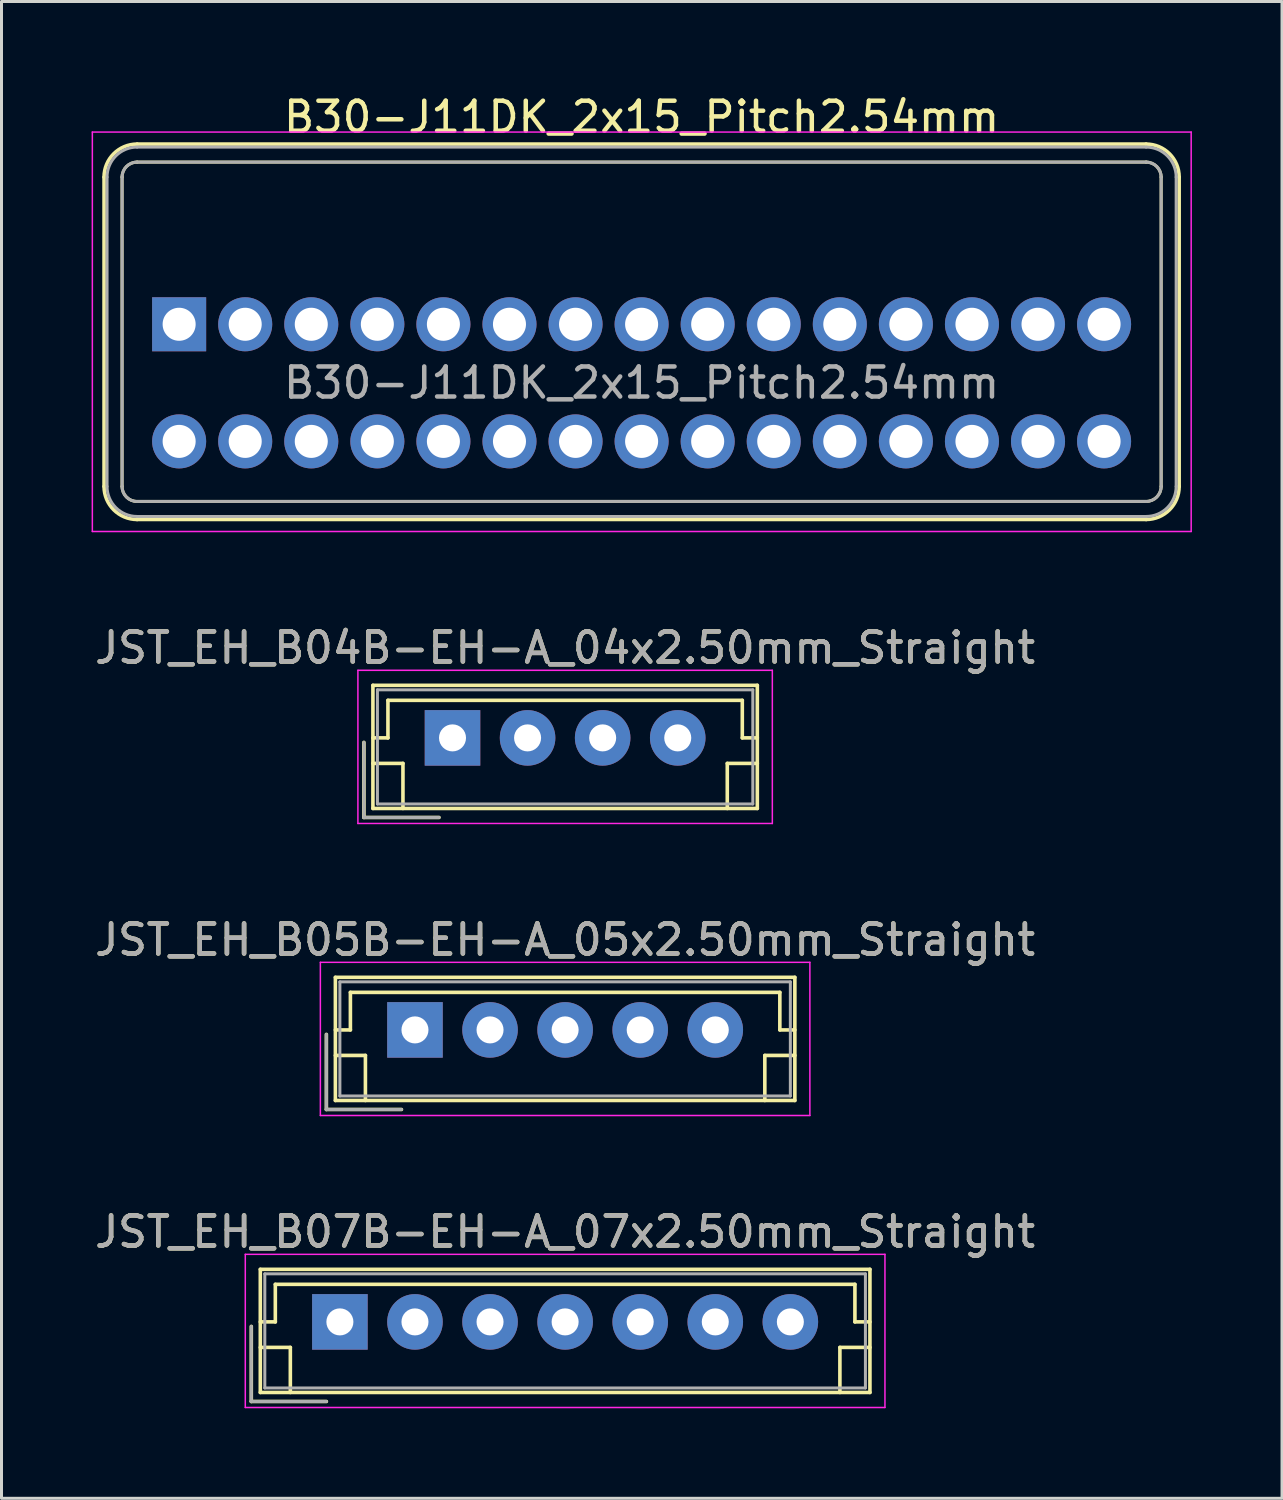
<source format=kicad_pcb>
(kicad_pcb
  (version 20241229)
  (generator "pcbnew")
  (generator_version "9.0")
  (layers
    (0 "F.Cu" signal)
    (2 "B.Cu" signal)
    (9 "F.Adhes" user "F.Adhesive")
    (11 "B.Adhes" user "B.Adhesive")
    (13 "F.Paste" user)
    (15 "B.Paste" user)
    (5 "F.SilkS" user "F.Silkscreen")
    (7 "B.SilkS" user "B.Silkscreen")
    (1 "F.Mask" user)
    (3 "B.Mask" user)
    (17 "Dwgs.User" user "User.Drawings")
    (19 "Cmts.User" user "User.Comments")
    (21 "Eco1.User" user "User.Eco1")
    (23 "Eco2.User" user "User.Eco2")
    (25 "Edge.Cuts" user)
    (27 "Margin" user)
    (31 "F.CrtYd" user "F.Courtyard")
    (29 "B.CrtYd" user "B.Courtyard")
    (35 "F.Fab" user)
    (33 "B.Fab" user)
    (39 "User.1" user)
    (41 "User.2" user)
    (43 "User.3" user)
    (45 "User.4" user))
  (footprint "JST_EH_B07B-EH-A_07x2.50mm_Straight"
    (layer "F.Cu")
    (at 8.268 40.968)
    (property "Reference" "JST_EH_B07B-EH-A_07x2.50mm_Straight" (at 7.5 -3 0) (layer "F.SilkS") (effects (font (size 1 1) (thickness 0.15))))
    (attr through_hole)
    (fp_line (start -2.95 0.15) (end -2.95 2.65) (stroke (width 0.12) (type solid)) (layer "F.SilkS"))
    (fp_line (start -2.95 2.65) (end -0.45 2.65) (stroke (width 0.12) (type solid)) (layer "F.SilkS"))
    (fp_line (start -2.65 -1.75) (end -2.65 2.35) (stroke (width 0.12) (type solid)) (layer "F.SilkS"))
    (fp_line (start -2.65 0) (end -2.15 0) (stroke (width 0.12) (type solid)) (layer "F.SilkS"))
    (fp_line (start -2.65 0.85) (end -1.65 0.85) (stroke (width 0.12) (type solid)) (layer "F.SilkS"))
    (fp_line (start -2.65 2.35) (end 17.65 2.35) (stroke (width 0.12) (type solid)) (layer "F.SilkS"))
    (fp_line (start -2.15 -1.25) (end 17.15 -1.25) (stroke (width 0.12) (type solid)) (layer "F.SilkS"))
    (fp_line (start -2.15 0) (end -2.15 -1.25) (stroke (width 0.12) (type solid)) (layer "F.SilkS"))
    (fp_line (start -1.65 0.85) (end -1.65 2.35) (stroke (width 0.12) (type solid)) (layer "F.SilkS"))
    (fp_line (start 16.65 0.85) (end 16.65 2.35) (stroke (width 0.12) (type solid)) (layer "F.SilkS"))
    (fp_line (start 17.15 -1.25) (end 17.15 0) (stroke (width 0.12) (type solid)) (layer "F.SilkS"))
    (fp_line (start 17.15 0) (end 17.65 0) (stroke (width 0.12) (type solid)) (layer "F.SilkS"))
    (fp_line (start 17.65 -1.75) (end -2.65 -1.75) (stroke (width 0.12) (type solid)) (layer "F.SilkS"))
    (fp_line (start 17.65 0.85) (end 16.65 0.85) (stroke (width 0.12) (type solid)) (layer "F.SilkS"))
    (fp_line (start 17.65 2.35) (end 17.65 -1.75) (stroke (width 0.12) (type solid)) (layer "F.SilkS"))
    (fp_line (start -3.15 -2.25) (end -3.15 2.85) (stroke (width 0.05) (type solid)) (layer "F.CrtYd"))
    (fp_line (start -3.15 2.85) (end 18.15 2.85) (stroke (width 0.05) (type solid)) (layer "F.CrtYd"))
    (fp_line (start 18.15 -2.25) (end -3.15 -2.25) (stroke (width 0.05) (type solid)) (layer "F.CrtYd"))
    (fp_line (start 18.15 2.85) (end 18.15 -2.25) (stroke (width 0.05) (type solid)) (layer "F.CrtYd"))
    (fp_line (start -2.95 0.15) (end -2.95 2.65) (stroke (width 0.1) (type solid)) (layer "F.Fab"))
    (fp_line (start -2.95 2.65) (end -0.45 2.65) (stroke (width 0.1) (type solid)) (layer "F.Fab"))
    (fp_line (start -2.5 -1.6) (end -2.5 2.2) (stroke (width 0.1) (type solid)) (layer "F.Fab"))
    (fp_line (start -2.5 2.2) (end 17.5 2.2) (stroke (width 0.1) (type solid)) (layer "F.Fab"))
    (fp_line (start 17.5 -1.6) (end -2.5 -1.6) (stroke (width 0.1) (type solid)) (layer "F.Fab"))
    (fp_line (start 17.5 2.2) (end 17.5 -1.6) (stroke (width 0.1) (type solid)) (layer "F.Fab"))
    (fp_text user "${REFERENCE}" (at 7.5 -3 0) (layer "F.Fab") (effects (font (size 1 1) (thickness 0.15))))
    (pad "1" thru_hole rect (at 0 0) (size 1.85 1.85) (drill 0.9) (layers "*.Cu" "*.Mask"))
    (pad "2" thru_hole circle (at 2.5 0) (size 1.85 1.85) (drill 0.9) (layers "*.Cu" "*.Mask"))
    (pad "3" thru_hole circle (at 5 0) (size 1.85 1.85) (drill 0.9) (layers "*.Cu" "*.Mask"))
    (pad "4" thru_hole circle (at 7.5 0) (size 1.85 1.85) (drill 0.9) (layers "*.Cu" "*.Mask"))
    (pad "5" thru_hole circle (at 10 0) (size 1.85 1.85) (drill 0.9) (layers "*.Cu" "*.Mask"))
    (pad "6" thru_hole circle (at 12.5 0) (size 1.85 1.85) (drill 0.9) (layers "*.Cu" "*.Mask"))
    (pad "7" thru_hole circle (at 15 0) (size 1.85 1.85) (drill 0.9) (layers "*.Cu" "*.Mask")))
  (footprint "JST_EH_B05B-EH-A_05x2.50mm_Straight"
    (layer "F.Cu")
    (at 10.768 31.245)
    (property "Reference" "JST_EH_B05B-EH-A_05x2.50mm_Straight" (at 5 -3 0) (layer "F.SilkS") (effects (font (size 1 1) (thickness 0.15))))
    (attr through_hole)
    (fp_line (start -2.95 0.15) (end -2.95 2.65) (stroke (width 0.12) (type solid)) (layer "F.SilkS"))
    (fp_line (start -2.95 2.65) (end -0.45 2.65) (stroke (width 0.12) (type solid)) (layer "F.SilkS"))
    (fp_line (start -2.65 -1.75) (end -2.65 2.35) (stroke (width 0.12) (type solid)) (layer "F.SilkS"))
    (fp_line (start -2.65 0) (end -2.15 0) (stroke (width 0.12) (type solid)) (layer "F.SilkS"))
    (fp_line (start -2.65 0.85) (end -1.65 0.85) (stroke (width 0.12) (type solid)) (layer "F.SilkS"))
    (fp_line (start -2.65 2.35) (end 12.65 2.35) (stroke (width 0.12) (type solid)) (layer "F.SilkS"))
    (fp_line (start -2.15 -1.25) (end 12.15 -1.25) (stroke (width 0.12) (type solid)) (layer "F.SilkS"))
    (fp_line (start -2.15 0) (end -2.15 -1.25) (stroke (width 0.12) (type solid)) (layer "F.SilkS"))
    (fp_line (start -1.65 0.85) (end -1.65 2.35) (stroke (width 0.12) (type solid)) (layer "F.SilkS"))
    (fp_line (start 11.65 0.85) (end 11.65 2.35) (stroke (width 0.12) (type solid)) (layer "F.SilkS"))
    (fp_line (start 12.15 -1.25) (end 12.15 0) (stroke (width 0.12) (type solid)) (layer "F.SilkS"))
    (fp_line (start 12.15 0) (end 12.65 0) (stroke (width 0.12) (type solid)) (layer "F.SilkS"))
    (fp_line (start 12.65 -1.75) (end -2.65 -1.75) (stroke (width 0.12) (type solid)) (layer "F.SilkS"))
    (fp_line (start 12.65 0.85) (end 11.65 0.85) (stroke (width 0.12) (type solid)) (layer "F.SilkS"))
    (fp_line (start 12.65 2.35) (end 12.65 -1.75) (stroke (width 0.12) (type solid)) (layer "F.SilkS"))
    (fp_line (start -3.15 -2.25) (end -3.15 2.85) (stroke (width 0.05) (type solid)) (layer "F.CrtYd"))
    (fp_line (start -3.15 2.85) (end 13.15 2.85) (stroke (width 0.05) (type solid)) (layer "F.CrtYd"))
    (fp_line (start 13.15 -2.25) (end -3.15 -2.25) (stroke (width 0.05) (type solid)) (layer "F.CrtYd"))
    (fp_line (start 13.15 2.85) (end 13.15 -2.25) (stroke (width 0.05) (type solid)) (layer "F.CrtYd"))
    (fp_line (start -2.95 0.15) (end -2.95 2.65) (stroke (width 0.1) (type solid)) (layer "F.Fab"))
    (fp_line (start -2.95 2.65) (end -0.45 2.65) (stroke (width 0.1) (type solid)) (layer "F.Fab"))
    (fp_line (start -2.5 -1.6) (end -2.5 2.2) (stroke (width 0.1) (type solid)) (layer "F.Fab"))
    (fp_line (start -2.5 2.2) (end 12.5 2.2) (stroke (width 0.1) (type solid)) (layer "F.Fab"))
    (fp_line (start 12.5 -1.6) (end -2.5 -1.6) (stroke (width 0.1) (type solid)) (layer "F.Fab"))
    (fp_line (start 12.5 2.2) (end 12.5 -1.6) (stroke (width 0.1) (type solid)) (layer "F.Fab"))
    (fp_text user "${REFERENCE}" (at 5 -3 0) (layer "F.Fab") (effects (font (size 1 1) (thickness 0.15))))
    (pad "1" thru_hole rect (at 0 0) (size 1.85 1.85) (drill 0.9) (layers "*.Cu" "*.Mask"))
    (pad "2" thru_hole circle (at 2.5 0) (size 1.85 1.85) (drill 0.9) (layers "*.Cu" "*.Mask"))
    (pad "3" thru_hole circle (at 5 0) (size 1.85 1.85) (drill 0.9) (layers "*.Cu" "*.Mask"))
    (pad "4" thru_hole circle (at 7.5 0) (size 1.85 1.85) (drill 0.9) (layers "*.Cu" "*.Mask"))
    (pad "5" thru_hole circle (at 10 0) (size 1.85 1.85) (drill 0.9) (layers "*.Cu" "*.Mask")))
  (footprint "JST_EH_B04B-EH-A_04x2.50mm_Straight"
    (layer "F.Cu")
    (at 12.018 21.521)
    (property "Reference" "JST_EH_B04B-EH-A_04x2.50mm_Straight" (at 3.75 -3 0) (layer "F.SilkS") (effects (font (size 1 1) (thickness 0.15))))
    (attr through_hole)
    (fp_line (start -2.95 0.15) (end -2.95 2.65) (stroke (width 0.12) (type solid)) (layer "F.SilkS"))
    (fp_line (start -2.95 2.65) (end -0.45 2.65) (stroke (width 0.12) (type solid)) (layer "F.SilkS"))
    (fp_line (start -2.65 -1.75) (end -2.65 2.35) (stroke (width 0.12) (type solid)) (layer "F.SilkS"))
    (fp_line (start -2.65 0) (end -2.15 0) (stroke (width 0.12) (type solid)) (layer "F.SilkS"))
    (fp_line (start -2.65 0.85) (end -1.65 0.85) (stroke (width 0.12) (type solid)) (layer "F.SilkS"))
    (fp_line (start -2.65 2.35) (end 10.15 2.35) (stroke (width 0.12) (type solid)) (layer "F.SilkS"))
    (fp_line (start -2.15 -1.25) (end 9.65 -1.25) (stroke (width 0.12) (type solid)) (layer "F.SilkS"))
    (fp_line (start -2.15 0) (end -2.15 -1.25) (stroke (width 0.12) (type solid)) (layer "F.SilkS"))
    (fp_line (start -1.65 0.85) (end -1.65 2.35) (stroke (width 0.12) (type solid)) (layer "F.SilkS"))
    (fp_line (start 9.15 0.85) (end 9.15 2.35) (stroke (width 0.12) (type solid)) (layer "F.SilkS"))
    (fp_line (start 9.65 -1.25) (end 9.65 0) (stroke (width 0.12) (type solid)) (layer "F.SilkS"))
    (fp_line (start 9.65 0) (end 10.15 0) (stroke (width 0.12) (type solid)) (layer "F.SilkS"))
    (fp_line (start 10.15 -1.75) (end -2.65 -1.75) (stroke (width 0.12) (type solid)) (layer "F.SilkS"))
    (fp_line (start 10.15 0.85) (end 9.15 0.85) (stroke (width 0.12) (type solid)) (layer "F.SilkS"))
    (fp_line (start 10.15 2.35) (end 10.15 -1.75) (stroke (width 0.12) (type solid)) (layer "F.SilkS"))
    (fp_line (start -3.15 -2.25) (end -3.15 2.85) (stroke (width 0.05) (type solid)) (layer "F.CrtYd"))
    (fp_line (start -3.15 2.85) (end 10.65 2.85) (stroke (width 0.05) (type solid)) (layer "F.CrtYd"))
    (fp_line (start 10.65 -2.25) (end -3.15 -2.25) (stroke (width 0.05) (type solid)) (layer "F.CrtYd"))
    (fp_line (start 10.65 2.85) (end 10.65 -2.25) (stroke (width 0.05) (type solid)) (layer "F.CrtYd"))
    (fp_line (start -2.95 0.15) (end -2.95 2.65) (stroke (width 0.1) (type solid)) (layer "F.Fab"))
    (fp_line (start -2.95 2.65) (end -0.45 2.65) (stroke (width 0.1) (type solid)) (layer "F.Fab"))
    (fp_line (start -2.5 -1.6) (end -2.5 2.2) (stroke (width 0.1) (type solid)) (layer "F.Fab"))
    (fp_line (start -2.5 2.2) (end 10 2.2) (stroke (width 0.1) (type solid)) (layer "F.Fab"))
    (fp_line (start 10 -1.6) (end -2.5 -1.6) (stroke (width 0.1) (type solid)) (layer "F.Fab"))
    (fp_line (start 10 2.2) (end 10 -1.6) (stroke (width 0.1) (type solid)) (layer "F.Fab"))
    (fp_text user "${REFERENCE}" (at 3.75 -3 0) (layer "F.Fab") (effects (font (size 1 1) (thickness 0.15))))
    (pad "1" thru_hole rect (at 0 0) (size 1.85 1.85) (drill 0.9) (layers "*.Cu" "*.Mask"))
    (pad "2" thru_hole circle (at 2.5 0) (size 1.85 1.85) (drill 0.9) (layers "*.Cu" "*.Mask"))
    (pad "3" thru_hole circle (at 5 0) (size 1.85 1.85) (drill 0.9) (layers "*.Cu" "*.Mask"))
    (pad "4" thru_hole circle (at 7.5 0) (size 1.85 1.85) (drill 0.9) (layers "*.Cu" "*.Mask")))
  (footprint "B30-J11DK_2x15_Pitch2.54mm"
    (layer "F.Cu")
    (at 2.915 7.748)
    (property "Reference" "B30-J11DK_2x15_Pitch2.54mm" (at 15.4 -6.9 0) (layer "F.SilkS") (effects (font (size 1 1) (thickness 0.15))))
    (attr through_hole)
    (fp_line (start -2.5 -4.9) (end -2.5 5.4) (stroke (width 0.12) (type solid)) (layer "F.SilkS"))
    (fp_line (start -1.9 -4.9) (end -1.9 5.4) (stroke (width 0.1) (type solid)) (layer "F.SilkS"))
    (fp_line (start -1.4 -6) (end 32.2 -6) (stroke (width 0.12) (type solid)) (layer "F.SilkS"))
    (fp_line (start -1.4 -5.4) (end 32.2 -5.4) (stroke (width 0.1) (type solid)) (layer "F.SilkS"))
    (fp_line (start -1.4 5.9) (end 32.2 5.9) (stroke (width 0.1) (type solid)) (layer "F.SilkS"))
    (fp_line (start -1.4 6.5) (end 32.2 6.5) (stroke (width 0.12) (type solid)) (layer "F.SilkS"))
    (fp_line (start 32.7 -4.9) (end 32.7 5.4) (stroke (width 0.1) (type solid)) (layer "F.SilkS"))
    (fp_line (start 33.3 -4.9) (end 33.3 5.4) (stroke (width 0.12) (type solid)) (layer "F.SilkS"))
    (fp_arc (start -2.5 -4.9) (mid -2.177817 -5.677817) (end -1.4 -6) (stroke (width 0.12) (type solid)) (layer "F.SilkS"))
    (fp_arc (start -1.9 -4.9) (mid -1.753553 -5.253553) (end -1.4 -5.4) (stroke (width 0.1) (type solid)) (layer "F.SilkS"))
    (fp_arc (start -1.4 5.9) (mid -1.753553 5.753553) (end -1.9 5.4) (stroke (width 0.1) (type solid)) (layer "F.SilkS"))
    (fp_arc (start -1.4 6.5) (mid -2.177817 6.177817) (end -2.5 5.4) (stroke (width 0.12) (type solid)) (layer "F.SilkS"))
    (fp_arc (start 32.2 -6) (mid 32.977817 -5.677817) (end 33.3 -4.9) (stroke (width 0.12) (type solid)) (layer "F.SilkS"))
    (fp_arc (start 32.2 -5.4) (mid 32.553553 -5.253553) (end 32.7 -4.9) (stroke (width 0.1) (type solid)) (layer "F.SilkS"))
    (fp_arc (start 32.7 5.4) (mid 32.553553 5.753553) (end 32.2 5.9) (stroke (width 0.1) (type solid)) (layer "F.SilkS"))
    (fp_arc (start 33.3 5.4) (mid 32.977817 6.177817) (end 32.2 6.5) (stroke (width 0.12) (type solid)) (layer "F.SilkS"))
    (fp_line (start -2.89 -6.4) (end -2.89 6.9) (stroke (width 0.05) (type solid)) (layer "F.CrtYd"))
    (fp_line (start -2.89 6.9) (end 33.7 6.9) (stroke (width 0.05) (type solid)) (layer "F.CrtYd"))
    (fp_line (start 33.7 -6.4) (end -2.89 -6.4) (stroke (width 0.05) (type solid)) (layer "F.CrtYd"))
    (fp_line (start 33.7 6.9) (end 33.7 -6.4) (stroke (width 0.05) (type solid)) (layer "F.CrtYd"))
    (fp_line (start -2.4 -4.9) (end -2.4 5.4) (stroke (width 0.1) (type solid)) (layer "F.Fab"))
    (fp_line (start -1.9 -4.9) (end -1.9 5.4) (stroke (width 0.1) (type solid)) (layer "F.Fab"))
    (fp_line (start -1.4 -5.9) (end 32.2 -5.9) (stroke (width 0.1) (type solid)) (layer "F.Fab"))
    (fp_line (start -1.4 -5.4) (end 32.2 -5.4) (stroke (width 0.1) (type solid)) (layer "F.Fab"))
    (fp_line (start -1.4 5.9) (end 32.2 5.9) (stroke (width 0.1) (type solid)) (layer "F.Fab"))
    (fp_line (start -1.4 6.4) (end 32.2 6.4) (stroke (width 0.1) (type solid)) (layer "F.Fab"))
    (fp_line (start 32.7 -4.9) (end 32.7 5.4) (stroke (width 0.1) (type solid)) (layer "F.Fab"))
    (fp_line (start 33.2 -4.9) (end 33.2 5.4) (stroke (width 0.1) (type solid)) (layer "F.Fab"))
    (fp_arc (start -2.4 -4.9) (mid -2.107107 -5.607107) (end -1.4 -5.9) (stroke (width 0.1) (type solid)) (layer "F.Fab"))
    (fp_arc (start -1.9 -4.9) (mid -1.753553 -5.253553) (end -1.4 -5.4) (stroke (width 0.1) (type solid)) (layer "F.Fab"))
    (fp_arc (start -1.4 5.9) (mid -1.753553 5.753553) (end -1.9 5.4) (stroke (width 0.1) (type solid)) (layer "F.Fab"))
    (fp_arc (start -1.4 6.4) (mid -2.107107 6.107107) (end -2.4 5.4) (stroke (width 0.1) (type solid)) (layer "F.Fab"))
    (fp_arc (start 32.2 -5.9) (mid 32.907107 -5.607107) (end 33.2 -4.9) (stroke (width 0.1) (type solid)) (layer "F.Fab"))
    (fp_arc (start 32.2 -5.4) (mid 32.553553 -5.253553) (end 32.7 -4.9) (stroke (width 0.1) (type solid)) (layer "F.Fab"))
    (fp_arc (start 32.7 5.4) (mid 32.553553 5.753553) (end 32.2 5.9) (stroke (width 0.1) (type solid)) (layer "F.Fab"))
    (fp_arc (start 33.2 5.4) (mid 32.907107 6.107107) (end 32.2 6.4) (stroke (width 0.1) (type solid)) (layer "F.Fab"))
    (fp_text user "${REFERENCE}" (at 15.4 1.95 0) (layer "F.Fab") (effects (font (size 1 1) (thickness 0.15))))
    (pad "1" thru_hole rect (at 0 0) (size 1.8 1.8) (drill 1.1) (layers "*.Cu" "*.Mask"))
    (pad "2" thru_hole circle (at 0 3.9) (size 1.8 1.8) (drill 1.1) (layers "*.Cu" "*.Mask"))
    (pad "3" thru_hole circle (at 2.2 0) (size 1.8 1.8) (drill 1.1) (layers "*.Cu" "*.Mask"))
    (pad "4" thru_hole circle (at 2.2 3.9) (size 1.8 1.8) (drill 1.1) (layers "*.Cu" "*.Mask"))
    (pad "5" thru_hole circle (at 4.4 0) (size 1.8 1.8) (drill 1.1) (layers "*.Cu" "*.Mask"))
    (pad "6" thru_hole circle (at 4.4 3.9) (size 1.8 1.8) (drill 1.1) (layers "*.Cu" "*.Mask"))
    (pad "7" thru_hole circle (at 6.6 0) (size 1.8 1.8) (drill 1.1) (layers "*.Cu" "*.Mask"))
    (pad "8" thru_hole circle (at 6.6 3.9) (size 1.8 1.8) (drill 1.1) (layers "*.Cu" "*.Mask"))
    (pad "9" thru_hole circle (at 8.8 0) (size 1.8 1.8) (drill 1.1) (layers "*.Cu" "*.Mask"))
    (pad "10" thru_hole circle (at 8.8 3.9) (size 1.8 1.8) (drill 1.1) (layers "*.Cu" "*.Mask"))
    (pad "11" thru_hole circle (at 11 0) (size 1.8 1.8) (drill 1.1) (layers "*.Cu" "*.Mask"))
    (pad "12" thru_hole circle (at 11 3.9) (size 1.8 1.8) (drill 1.1) (layers "*.Cu" "*.Mask"))
    (pad "13" thru_hole circle (at 13.2 0) (size 1.8 1.8) (drill 1.1) (layers "*.Cu" "*.Mask"))
    (pad "14" thru_hole circle (at 13.2 3.9) (size 1.8 1.8) (drill 1.1) (layers "*.Cu" "*.Mask"))
    (pad "15" thru_hole circle (at 15.4 0) (size 1.8 1.8) (drill 1.1) (layers "*.Cu" "*.Mask"))
    (pad "16" thru_hole circle (at 15.4 3.9) (size 1.8 1.8) (drill 1.1) (layers "*.Cu" "*.Mask"))
    (pad "17" thru_hole circle (at 17.6 0) (size 1.8 1.8) (drill 1.1) (layers "*.Cu" "*.Mask"))
    (pad "18" thru_hole circle (at 17.6 3.9) (size 1.8 1.8) (drill 1.1) (layers "*.Cu" "*.Mask"))
    (pad "19" thru_hole circle (at 19.8 0) (size 1.8 1.8) (drill 1.1) (layers "*.Cu" "*.Mask"))
    (pad "20" thru_hole circle (at 19.8 3.9) (size 1.8 1.8) (drill 1.1) (layers "*.Cu" "*.Mask"))
    (pad "21" thru_hole circle (at 22 0) (size 1.8 1.8) (drill 1.1) (layers "*.Cu" "*.Mask"))
    (pad "22" thru_hole circle (at 22 3.9) (size 1.8 1.8) (drill 1.1) (layers "*.Cu" "*.Mask"))
    (pad "23" thru_hole circle (at 24.2 0) (size 1.8 1.8) (drill 1.1) (layers "*.Cu" "*.Mask"))
    (pad "24" thru_hole circle (at 24.2 3.9) (size 1.8 1.8) (drill 1.1) (layers "*.Cu" "*.Mask"))
    (pad "25" thru_hole circle (at 26.4 0) (size 1.8 1.8) (drill 1.1) (layers "*.Cu" "*.Mask"))
    (pad "26" thru_hole circle (at 26.4 3.9) (size 1.8 1.8) (drill 1.1) (layers "*.Cu" "*.Mask"))
    (pad "27" thru_hole circle (at 28.6 0) (size 1.8 1.8) (drill 1.1) (layers "*.Cu" "*.Mask"))
    (pad "28" thru_hole circle (at 28.6 3.9) (size 1.8 1.8) (drill 1.1) (layers "*.Cu" "*.Mask"))
    (pad "29" thru_hole circle (at 30.8 0) (size 1.8 1.8) (drill 1.1) (layers "*.Cu" "*.Mask"))
    (pad "30" thru_hole circle (at 30.8 3.9) (size 1.8 1.8) (drill 1.1) (layers "*.Cu" "*.Mask")))
  (gr_rect
    (start -3 -3)
    (end 39.64 46.843)
    (stroke (width 0.1) (type default))
    (fill no)
    (layer "Edge.Cuts")))
</source>
